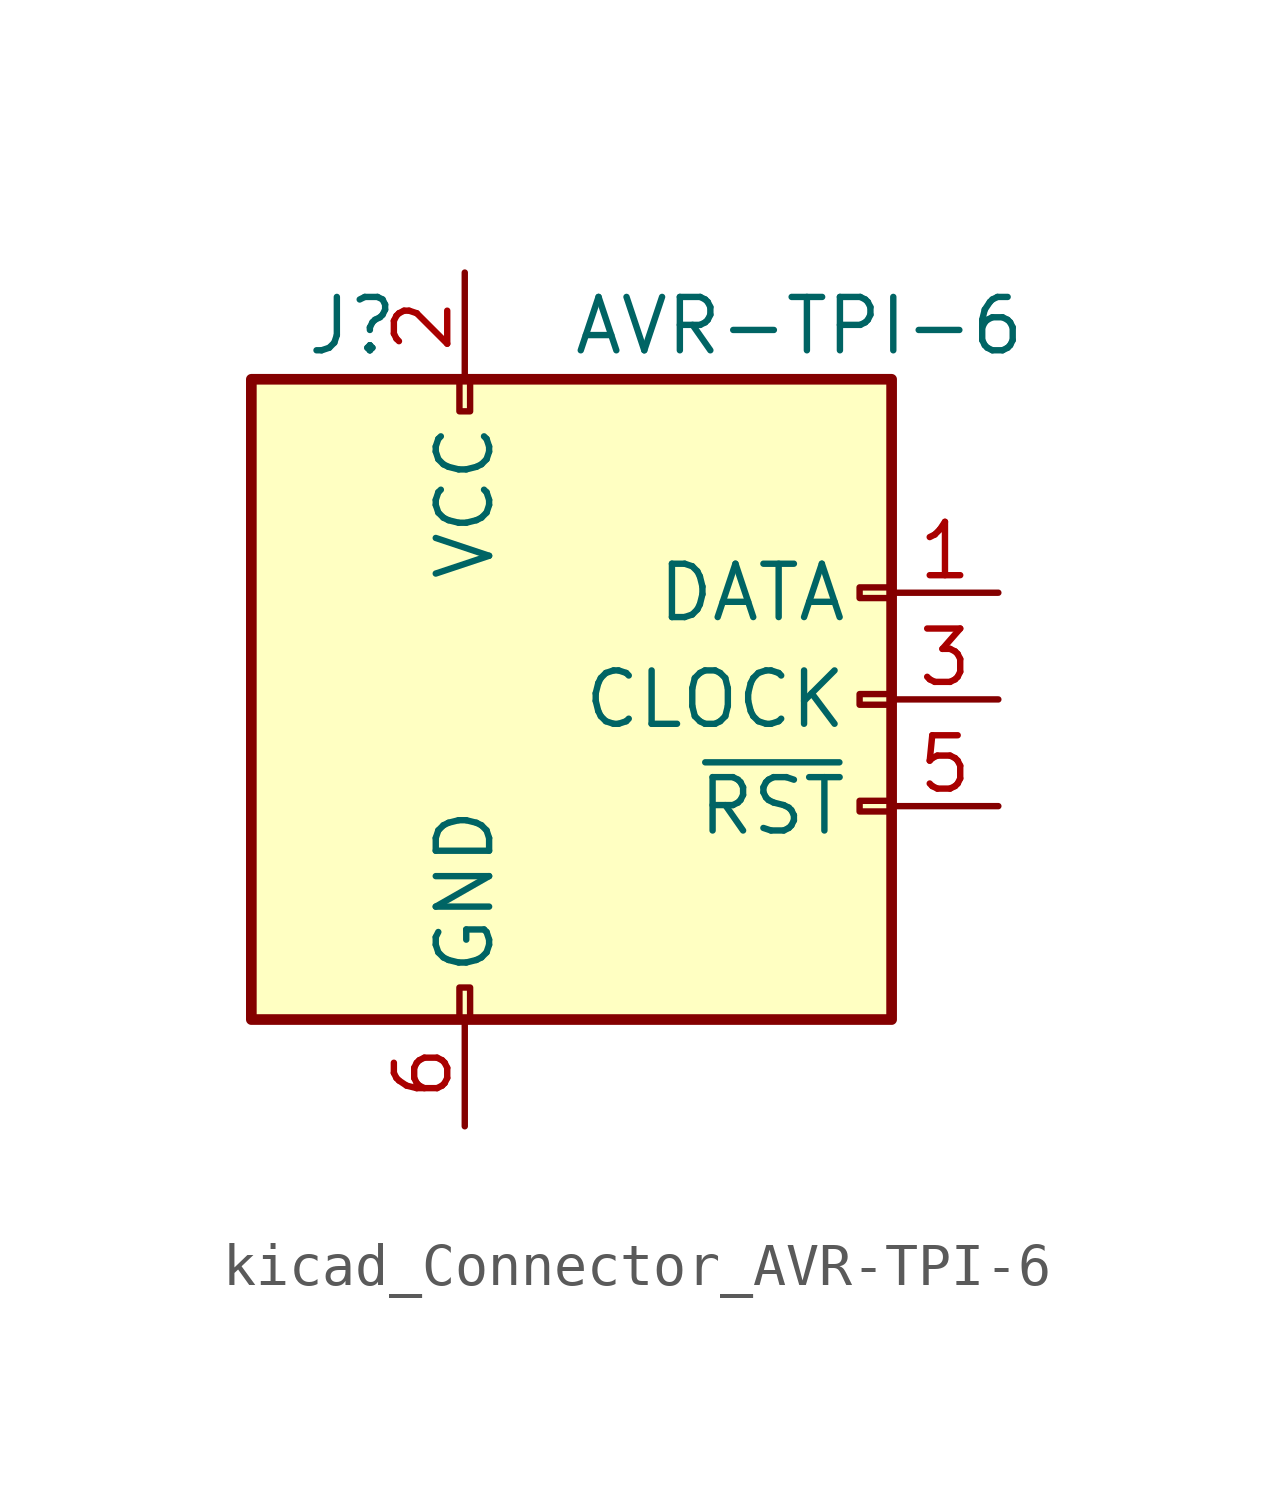
<source format=kicad_sym>
(kicad_symbol_lib
  (version 20220914)
  (generator kicad_symbol_editor)
  (symbol "kicad_Connector_AVR-TPI-6"
    (pin_names
      (offset 1.016))
    (property "Reference" "J"
      (at -6.35 8.89 0)
      (effects (font (size 1.27 1.27)) (justify left)))
    (property "Value" "AVR-TPI-6"
      (at 0 8.89 0)
      (effects (font (size 1.27 1.27)) (justify left)))
    (symbol "kicad_Connector_AVR-TPI-6_0_1"
      (rectangle (start -2.667 -6.858) (end -2.413 -7.62) (stroke (width 0) (type default)) (fill (type none)))
      (rectangle (start -2.667 7.62) (end -2.413 6.858) (stroke (width 0) (type default)) (fill (type none)))
      (rectangle (start 7.62 -2.413) (end 6.858 -2.667) (stroke (width 0) (type default)) (fill (type none)))
      (rectangle (start 7.62 0.127) (end 6.858 -0.127) (stroke (width 0) (type default)) (fill (type none)))
      (rectangle (start 7.62 2.667) (end 6.858 2.413) (stroke (width 0) (type default)) (fill (type none)))
      (rectangle (start 7.62 7.62) (end -7.62 -7.62) (stroke (width 0.254) (type default)) (fill (type background))))
    (symbol "kicad_Connector_AVR-TPI-6_1_1"
      (pin passive line (at 10.16 2.54 180) (length 2.54) (name "DATA" (effects (font (size 1.27 1.27)))) (number "1" (effects (font (size 1.27 1.27)))))
      (pin passive line (at -2.54 10.16 270) (length 2.54) (name "VCC" (effects (font (size 1.27 1.27)))) (number "2" (effects (font (size 1.27 1.27)))))
      (pin passive line (at 10.16 0 180) (length 2.54) (name "CLOCK" (effects (font (size 1.27 1.27)))) (number "3" (effects (font (size 1.27 1.27)))))
      (pin no_connect line (at 7.62 -5.08 180) (length 2.54) hide (name "NC" (effects (font (size 1.27 1.27)))) (number "4" (effects (font (size 1.27 1.27)))))
      (pin passive line (at 10.16 -2.54 180) (length 2.54) (name "~{RST}" (effects (font (size 1.27 1.27)))) (number "5" (effects (font (size 1.27 1.27)))))
      (pin passive line (at -2.54 -10.16 90) (length 2.54) (name "GND" (effects (font (size 1.27 1.27)))) (number "6" (effects (font (size 1.27 1.27))))))))
</source>
